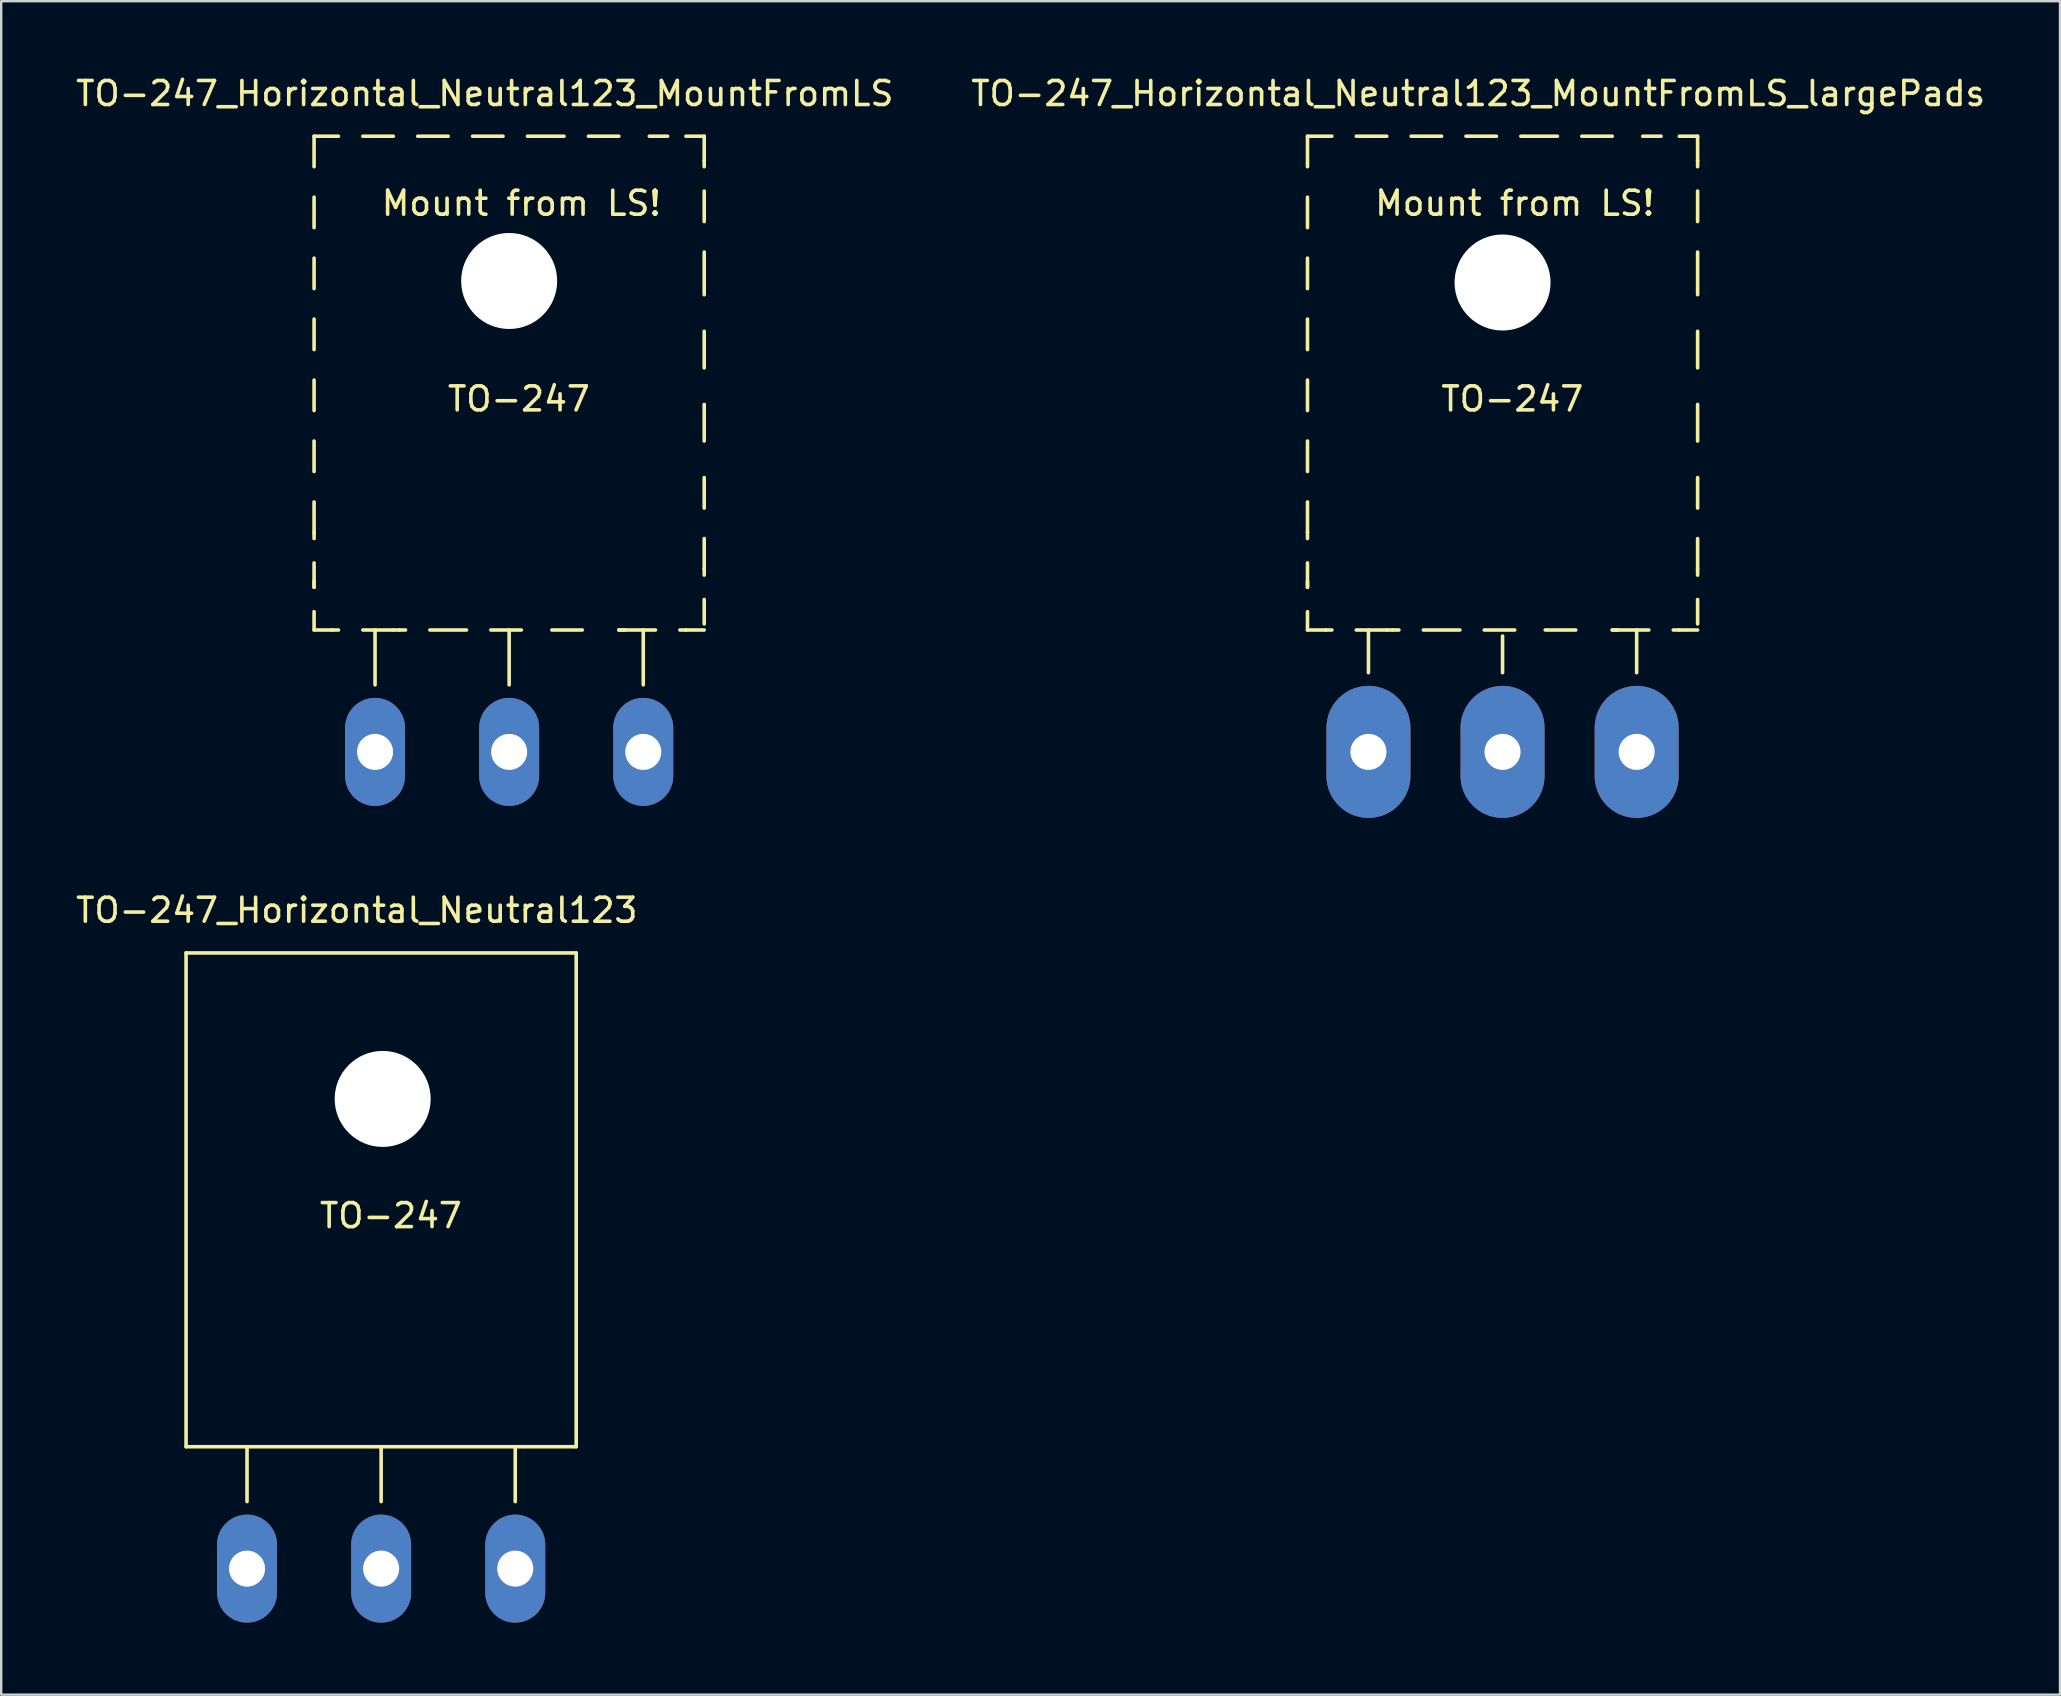
<source format=kicad_pcb>
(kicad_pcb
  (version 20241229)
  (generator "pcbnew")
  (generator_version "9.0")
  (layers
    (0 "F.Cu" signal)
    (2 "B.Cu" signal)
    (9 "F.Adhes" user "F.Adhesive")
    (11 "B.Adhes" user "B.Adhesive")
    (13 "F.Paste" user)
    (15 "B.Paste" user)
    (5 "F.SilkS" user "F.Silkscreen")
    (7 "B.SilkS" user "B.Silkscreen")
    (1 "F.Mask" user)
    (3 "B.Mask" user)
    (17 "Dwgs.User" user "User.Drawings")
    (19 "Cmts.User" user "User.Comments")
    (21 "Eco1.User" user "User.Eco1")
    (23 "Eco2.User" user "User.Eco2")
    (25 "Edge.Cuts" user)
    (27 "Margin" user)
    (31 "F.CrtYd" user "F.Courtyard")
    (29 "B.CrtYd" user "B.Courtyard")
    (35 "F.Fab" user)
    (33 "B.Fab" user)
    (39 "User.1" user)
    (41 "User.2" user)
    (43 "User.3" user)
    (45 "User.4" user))
  (footprint "TO-247_Horizontal_Neutral123_MountFromLS_largePads"
    (layer "F.Cu")
    (at 59.558 28.28)
    (property "Reference" "TO-247_Horizontal_Neutral123_MountFromLS_largePads" (at -1.016 -27.432 0) (layer "F.SilkS") (effects (font (size 1 1) (thickness 0.15))))
    (attr through_hole)
    (fp_line (start -8.128 -25.654) (end -8.128 -24.384) (stroke (width 0.15) (type solid)) (layer "F.SilkS"))
    (fp_line (start -8.128 -25.654) (end -7.112 -25.654) (stroke (width 0.15) (type solid)) (layer "F.SilkS"))
    (fp_line (start -8.128 -23.114) (end -8.128 -21.844) (stroke (width 0.15) (type solid)) (layer "F.SilkS"))
    (fp_line (start -8.128 -20.574) (end -8.128 -19.304) (stroke (width 0.15) (type solid)) (layer "F.SilkS"))
    (fp_line (start -8.128 -18.034) (end -8.128 -16.764) (stroke (width 0.15) (type solid)) (layer "F.SilkS"))
    (fp_line (start -8.128 -15.494) (end -8.128 -14.224) (stroke (width 0.15) (type solid)) (layer "F.SilkS"))
    (fp_line (start -8.128 -12.954) (end -8.128 -11.684) (stroke (width 0.15) (type solid)) (layer "F.SilkS"))
    (fp_line (start -8.128 -10.414) (end -8.128 -9.144) (stroke (width 0.15) (type solid)) (layer "F.SilkS"))
    (fp_line (start -8.128 -9.144) (end -8.128 -8.89) (stroke (width 0.15) (type solid)) (layer "F.SilkS"))
    (fp_line (start -8.128 -7.874) (end -8.128 -6.858) (stroke (width 0.15) (type solid)) (layer "F.SilkS"))
    (fp_line (start -8.128 -6.858) (end -8.128 -7.112) (stroke (width 0.15) (type solid)) (layer "F.SilkS"))
    (fp_line (start -8.128 -5.842) (end -8.128 -5.08) (stroke (width 0.15) (type solid)) (layer "F.SilkS"))
    (fp_line (start -8.128 -5.08) (end -7.366 -5.08) (stroke (width 0.15) (type solid)) (layer "F.SilkS"))
    (fp_line (start -7.366 -5.08) (end -7.112 -5.08) (stroke (width 0.15) (type solid)) (layer "F.SilkS"))
    (fp_line (start -6.096 -25.654) (end -4.826 -25.654) (stroke (width 0.15) (type solid)) (layer "F.SilkS"))
    (fp_line (start -6.096 -5.08) (end -4.826 -5.08) (stroke (width 0.15) (type solid)) (layer "F.SilkS"))
    (fp_line (start -5.588 -3.302) (end -5.588 -5.08) (stroke (width 0.15) (type solid)) (layer "F.SilkS"))
    (fp_line (start -4.826 -5.08) (end -4.572 -5.08) (stroke (width 0.15) (type solid)) (layer "F.SilkS"))
    (fp_line (start -4.572 -5.08) (end -4.318 -5.08) (stroke (width 0.15) (type solid)) (layer "F.SilkS"))
    (fp_line (start -3.81 -25.654) (end -2.54 -25.654) (stroke (width 0.15) (type solid)) (layer "F.SilkS"))
    (fp_line (start -3.302 -5.08) (end -1.778 -5.08) (stroke (width 0.15) (type solid)) (layer "F.SilkS"))
    (fp_line (start -1.524 -25.654) (end -0.254 -25.654) (stroke (width 0.15) (type solid)) (layer "F.SilkS"))
    (fp_line (start -0.762 -5.08) (end 0.508 -5.08) (stroke (width 0.15) (type solid)) (layer "F.SilkS"))
    (fp_line (start 0 -3.302) (end 0 -4.826) (stroke (width 0.15) (type solid)) (layer "F.SilkS"))
    (fp_line (start 0.762 -25.654) (end 2.286 -25.654) (stroke (width 0.15) (type solid)) (layer "F.SilkS"))
    (fp_line (start 1.778 -5.08) (end 3.048 -5.08) (stroke (width 0.15) (type solid)) (layer "F.SilkS"))
    (fp_line (start 3.302 -25.654) (end 4.572 -25.654) (stroke (width 0.15) (type solid)) (layer "F.SilkS"))
    (fp_line (start 4.572 -5.08) (end 4.826 -5.08) (stroke (width 0.15) (type solid)) (layer "F.SilkS"))
    (fp_line (start 5.588 -3.302) (end 5.588 -5.08) (stroke (width 0.15) (type solid)) (layer "F.SilkS"))
    (fp_line (start 5.842 -25.654) (end 6.604 -25.654) (stroke (width 0.15) (type solid)) (layer "F.SilkS"))
    (fp_line (start 6.096 -5.08) (end 4.572 -5.08) (stroke (width 0.15) (type solid)) (layer "F.SilkS"))
    (fp_line (start 7.366 -25.654) (end 8.128 -25.654) (stroke (width 0.15) (type solid)) (layer "F.SilkS"))
    (fp_line (start 7.366 -5.08) (end 7.112 -5.08) (stroke (width 0.15) (type solid)) (layer "F.SilkS"))
    (fp_line (start 8.128 -25.654) (end 8.128 -24.638) (stroke (width 0.15) (type solid)) (layer "F.SilkS"))
    (fp_line (start 8.128 -24.638) (end 8.128 -24.384) (stroke (width 0.15) (type solid)) (layer "F.SilkS"))
    (fp_line (start 8.128 -23.368) (end 8.128 -22.098) (stroke (width 0.15) (type solid)) (layer "F.SilkS"))
    (fp_line (start 8.128 -20.828) (end 8.128 -19.05) (stroke (width 0.15) (type solid)) (layer "F.SilkS"))
    (fp_line (start 8.128 -17.526) (end 8.128 -16.002) (stroke (width 0.15) (type solid)) (layer "F.SilkS"))
    (fp_line (start 8.128 -14.478) (end 8.128 -12.954) (stroke (width 0.15) (type solid)) (layer "F.SilkS"))
    (fp_line (start 8.128 -11.43) (end 8.128 -10.16) (stroke (width 0.15) (type solid)) (layer "F.SilkS"))
    (fp_line (start 8.128 -8.89) (end 8.128 -7.62) (stroke (width 0.15) (type solid)) (layer "F.SilkS"))
    (fp_line (start 8.128 -7.62) (end 8.128 -7.366) (stroke (width 0.15) (type solid)) (layer "F.SilkS"))
    (fp_line (start 8.128 -6.35) (end 8.128 -5.334) (stroke (width 0.15) (type solid)) (layer "F.SilkS"))
    (fp_line (start 8.128 -5.08) (end 7.366 -5.08) (stroke (width 0.15) (type solid)) (layer "F.SilkS"))
    (fp_circle (center 0 -19.558) (end 1.778 -19.558) (stroke (width 0.15) (type solid)) (fill no) (layer "F.SilkS"))
    (fp_text user "TO-247" (at 0.406 -14.707 0) (layer "F.SilkS") (effects (font (size 1 1) (thickness 0.15))))
    (fp_text user "Mount from LS!" (at 0.508 -22.86 0) (layer "F.SilkS") (effects (font (size 1 1) (thickness 0.15))))
    (pad "" np_thru_hole circle (at 0 -19.558) (size 4 4) (drill 4) (layers "*.Cu" "*.Mask"))
    (pad "1" thru_hole oval (at 5.588 0 90) (size 5.502 3.5) (drill 1.501) (layers "*.Cu" "*.Mask"))
    (pad "2" thru_hole oval (at 0 0 90) (size 5.502 3.5) (drill 1.501) (layers "*.Cu" "*.Mask"))
    (pad "3" thru_hole oval (at -5.588 0 90) (size 5.502 3.5) (drill 1.501) (layers "*.Cu" "*.Mask")))
  (footprint "TO-247_Horizontal_Neutral123"
    (layer "F.Cu")
    (at 12.831 62.311)
    (property "Reference" "TO-247_Horizontal_Neutral123" (at -1.016 -27.432 0) (layer "F.SilkS") (effects (font (size 1 1) (thickness 0.15))))
    (attr through_hole)
    (fp_line (start -8.128 -25.654) (end 8.128 -25.654) (stroke (width 0.15) (type solid)) (layer "F.SilkS"))
    (fp_line (start -8.128 -5.08) (end -8.128 -25.654) (stroke (width 0.15) (type solid)) (layer "F.SilkS"))
    (fp_line (start -5.588 -2.794) (end -5.588 -5.08) (stroke (width 0.15) (type solid)) (layer "F.SilkS"))
    (fp_line (start 0 -2.794) (end 0 -5.08) (stroke (width 0.15) (type solid)) (layer "F.SilkS"))
    (fp_line (start 5.588 -2.794) (end 5.588 -5.08) (stroke (width 0.15) (type solid)) (layer "F.SilkS"))
    (fp_line (start 8.128 -25.654) (end 8.128 -5.08) (stroke (width 0.15) (type solid)) (layer "F.SilkS"))
    (fp_line (start 8.128 -5.08) (end -8.128 -5.08) (stroke (width 0.15) (type solid)) (layer "F.SilkS"))
    (fp_circle (center 0 -19.558) (end 1.778 -19.558) (stroke (width 0.15) (type solid)) (fill no) (layer "F.SilkS"))
    (fp_text user "TO-247" (at 0.406 -14.707 0) (layer "F.SilkS") (effects (font (size 1 1) (thickness 0.15))))
    (pad "" np_thru_hole circle (at 0.064 -19.571) (size 4 4) (drill 4) (layers "*.Cu" "*.Mask"))
    (pad "1" thru_hole oval (at -5.588 0 90) (size 4.501 2.499) (drill 1.501) (layers "*.Cu" "*.Mask"))
    (pad "2" thru_hole oval (at 0 0 90) (size 4.501 2.499) (drill 1.501) (layers "*.Cu" "*.Mask"))
    (pad "3" thru_hole oval (at 5.588 0 90) (size 4.501 2.499) (drill 1.501) (layers "*.Cu" "*.Mask")))
  (footprint "TO-247_Horizontal_Neutral123_MountFromLS"
    (layer "F.Cu")
    (at 18.165 28.28)
    (property "Reference" "TO-247_Horizontal_Neutral123_MountFromLS" (at -1.016 -27.432 0) (layer "F.SilkS") (effects (font (size 1 1) (thickness 0.15))))
    (attr through_hole)
    (fp_line (start -8.128 -25.654) (end -8.128 -24.384) (stroke (width 0.15) (type solid)) (layer "F.SilkS"))
    (fp_line (start -8.128 -25.654) (end -7.112 -25.654) (stroke (width 0.15) (type solid)) (layer "F.SilkS"))
    (fp_line (start -8.128 -23.114) (end -8.128 -21.844) (stroke (width 0.15) (type solid)) (layer "F.SilkS"))
    (fp_line (start -8.128 -20.574) (end -8.128 -19.304) (stroke (width 0.15) (type solid)) (layer "F.SilkS"))
    (fp_line (start -8.128 -18.034) (end -8.128 -16.764) (stroke (width 0.15) (type solid)) (layer "F.SilkS"))
    (fp_line (start -8.128 -15.494) (end -8.128 -14.224) (stroke (width 0.15) (type solid)) (layer "F.SilkS"))
    (fp_line (start -8.128 -12.954) (end -8.128 -11.684) (stroke (width 0.15) (type solid)) (layer "F.SilkS"))
    (fp_line (start -8.128 -10.414) (end -8.128 -9.144) (stroke (width 0.15) (type solid)) (layer "F.SilkS"))
    (fp_line (start -8.128 -9.144) (end -8.128 -8.89) (stroke (width 0.15) (type solid)) (layer "F.SilkS"))
    (fp_line (start -8.128 -7.874) (end -8.128 -6.858) (stroke (width 0.15) (type solid)) (layer "F.SilkS"))
    (fp_line (start -8.128 -6.858) (end -8.128 -7.112) (stroke (width 0.15) (type solid)) (layer "F.SilkS"))
    (fp_line (start -8.128 -5.842) (end -8.128 -5.08) (stroke (width 0.15) (type solid)) (layer "F.SilkS"))
    (fp_line (start -8.128 -5.08) (end -7.366 -5.08) (stroke (width 0.15) (type solid)) (layer "F.SilkS"))
    (fp_line (start -7.366 -5.08) (end -7.112 -5.08) (stroke (width 0.15) (type solid)) (layer "F.SilkS"))
    (fp_line (start -6.096 -25.654) (end -4.826 -25.654) (stroke (width 0.15) (type solid)) (layer "F.SilkS"))
    (fp_line (start -6.096 -5.08) (end -4.826 -5.08) (stroke (width 0.15) (type solid)) (layer "F.SilkS"))
    (fp_line (start -5.588 -2.794) (end -5.588 -5.08) (stroke (width 0.15) (type solid)) (layer "F.SilkS"))
    (fp_line (start -4.826 -5.08) (end -4.572 -5.08) (stroke (width 0.15) (type solid)) (layer "F.SilkS"))
    (fp_line (start -4.572 -5.08) (end -4.318 -5.08) (stroke (width 0.15) (type solid)) (layer "F.SilkS"))
    (fp_line (start -3.81 -25.654) (end -2.54 -25.654) (stroke (width 0.15) (type solid)) (layer "F.SilkS"))
    (fp_line (start -3.302 -5.08) (end -1.778 -5.08) (stroke (width 0.15) (type solid)) (layer "F.SilkS"))
    (fp_line (start -1.524 -25.654) (end -0.254 -25.654) (stroke (width 0.15) (type solid)) (layer "F.SilkS"))
    (fp_line (start -0.762 -5.08) (end 0.508 -5.08) (stroke (width 0.15) (type solid)) (layer "F.SilkS"))
    (fp_line (start 0 -2.794) (end 0 -5.08) (stroke (width 0.15) (type solid)) (layer "F.SilkS"))
    (fp_line (start 0.762 -25.654) (end 2.286 -25.654) (stroke (width 0.15) (type solid)) (layer "F.SilkS"))
    (fp_line (start 1.778 -5.08) (end 3.048 -5.08) (stroke (width 0.15) (type solid)) (layer "F.SilkS"))
    (fp_line (start 3.302 -25.654) (end 4.572 -25.654) (stroke (width 0.15) (type solid)) (layer "F.SilkS"))
    (fp_line (start 4.572 -5.08) (end 4.826 -5.08) (stroke (width 0.15) (type solid)) (layer "F.SilkS"))
    (fp_line (start 5.588 -2.794) (end 5.588 -5.08) (stroke (width 0.15) (type solid)) (layer "F.SilkS"))
    (fp_line (start 5.842 -25.654) (end 6.604 -25.654) (stroke (width 0.15) (type solid)) (layer "F.SilkS"))
    (fp_line (start 6.096 -5.08) (end 4.572 -5.08) (stroke (width 0.15) (type solid)) (layer "F.SilkS"))
    (fp_line (start 7.366 -25.654) (end 8.128 -25.654) (stroke (width 0.15) (type solid)) (layer "F.SilkS"))
    (fp_line (start 7.366 -5.08) (end 7.112 -5.08) (stroke (width 0.15) (type solid)) (layer "F.SilkS"))
    (fp_line (start 8.128 -25.654) (end 8.128 -24.638) (stroke (width 0.15) (type solid)) (layer "F.SilkS"))
    (fp_line (start 8.128 -24.638) (end 8.128 -24.384) (stroke (width 0.15) (type solid)) (layer "F.SilkS"))
    (fp_line (start 8.128 -23.368) (end 8.128 -22.098) (stroke (width 0.15) (type solid)) (layer "F.SilkS"))
    (fp_line (start 8.128 -20.828) (end 8.128 -19.05) (stroke (width 0.15) (type solid)) (layer "F.SilkS"))
    (fp_line (start 8.128 -17.526) (end 8.128 -16.002) (stroke (width 0.15) (type solid)) (layer "F.SilkS"))
    (fp_line (start 8.128 -14.478) (end 8.128 -12.954) (stroke (width 0.15) (type solid)) (layer "F.SilkS"))
    (fp_line (start 8.128 -11.43) (end 8.128 -10.16) (stroke (width 0.15) (type solid)) (layer "F.SilkS"))
    (fp_line (start 8.128 -8.89) (end 8.128 -7.62) (stroke (width 0.15) (type solid)) (layer "F.SilkS"))
    (fp_line (start 8.128 -7.62) (end 8.128 -7.366) (stroke (width 0.15) (type solid)) (layer "F.SilkS"))
    (fp_line (start 8.128 -6.35) (end 8.128 -5.334) (stroke (width 0.15) (type solid)) (layer "F.SilkS"))
    (fp_line (start 8.128 -5.08) (end 7.366 -5.08) (stroke (width 0.15) (type solid)) (layer "F.SilkS"))
    (fp_circle (center 0 -19.558) (end 1.778 -19.558) (stroke (width 0.15) (type solid)) (fill no) (layer "F.SilkS"))
    (fp_text user "Mount from LS!" (at 0.508 -22.86 0) (layer "F.SilkS") (effects (font (size 1 1) (thickness 0.15))))
    (fp_text user "TO-247" (at 0.406 -14.707 0) (layer "F.SilkS") (effects (font (size 1 1) (thickness 0.15))))
    (pad "" np_thru_hole circle (at 0 -19.622) (size 4 4) (drill 4) (layers "*.Cu" "*.Mask"))
    (pad "1" thru_hole oval (at 5.588 0 90) (size 4.501 2.499) (drill 1.501) (layers "*.Cu" "*.Mask"))
    (pad "2" thru_hole oval (at 0 0 90) (size 4.501 2.499) (drill 1.501) (layers "*.Cu" "*.Mask"))
    (pad "3" thru_hole oval (at -5.588 0 90) (size 4.501 2.499) (drill 1.501) (layers "*.Cu" "*.Mask")))
  (gr_rect
    (start -3 -3)
    (end 82.786 67.562)
    (stroke (width 0.1) (type default))
    (fill no)
    (layer "Edge.Cuts")))
</source>
